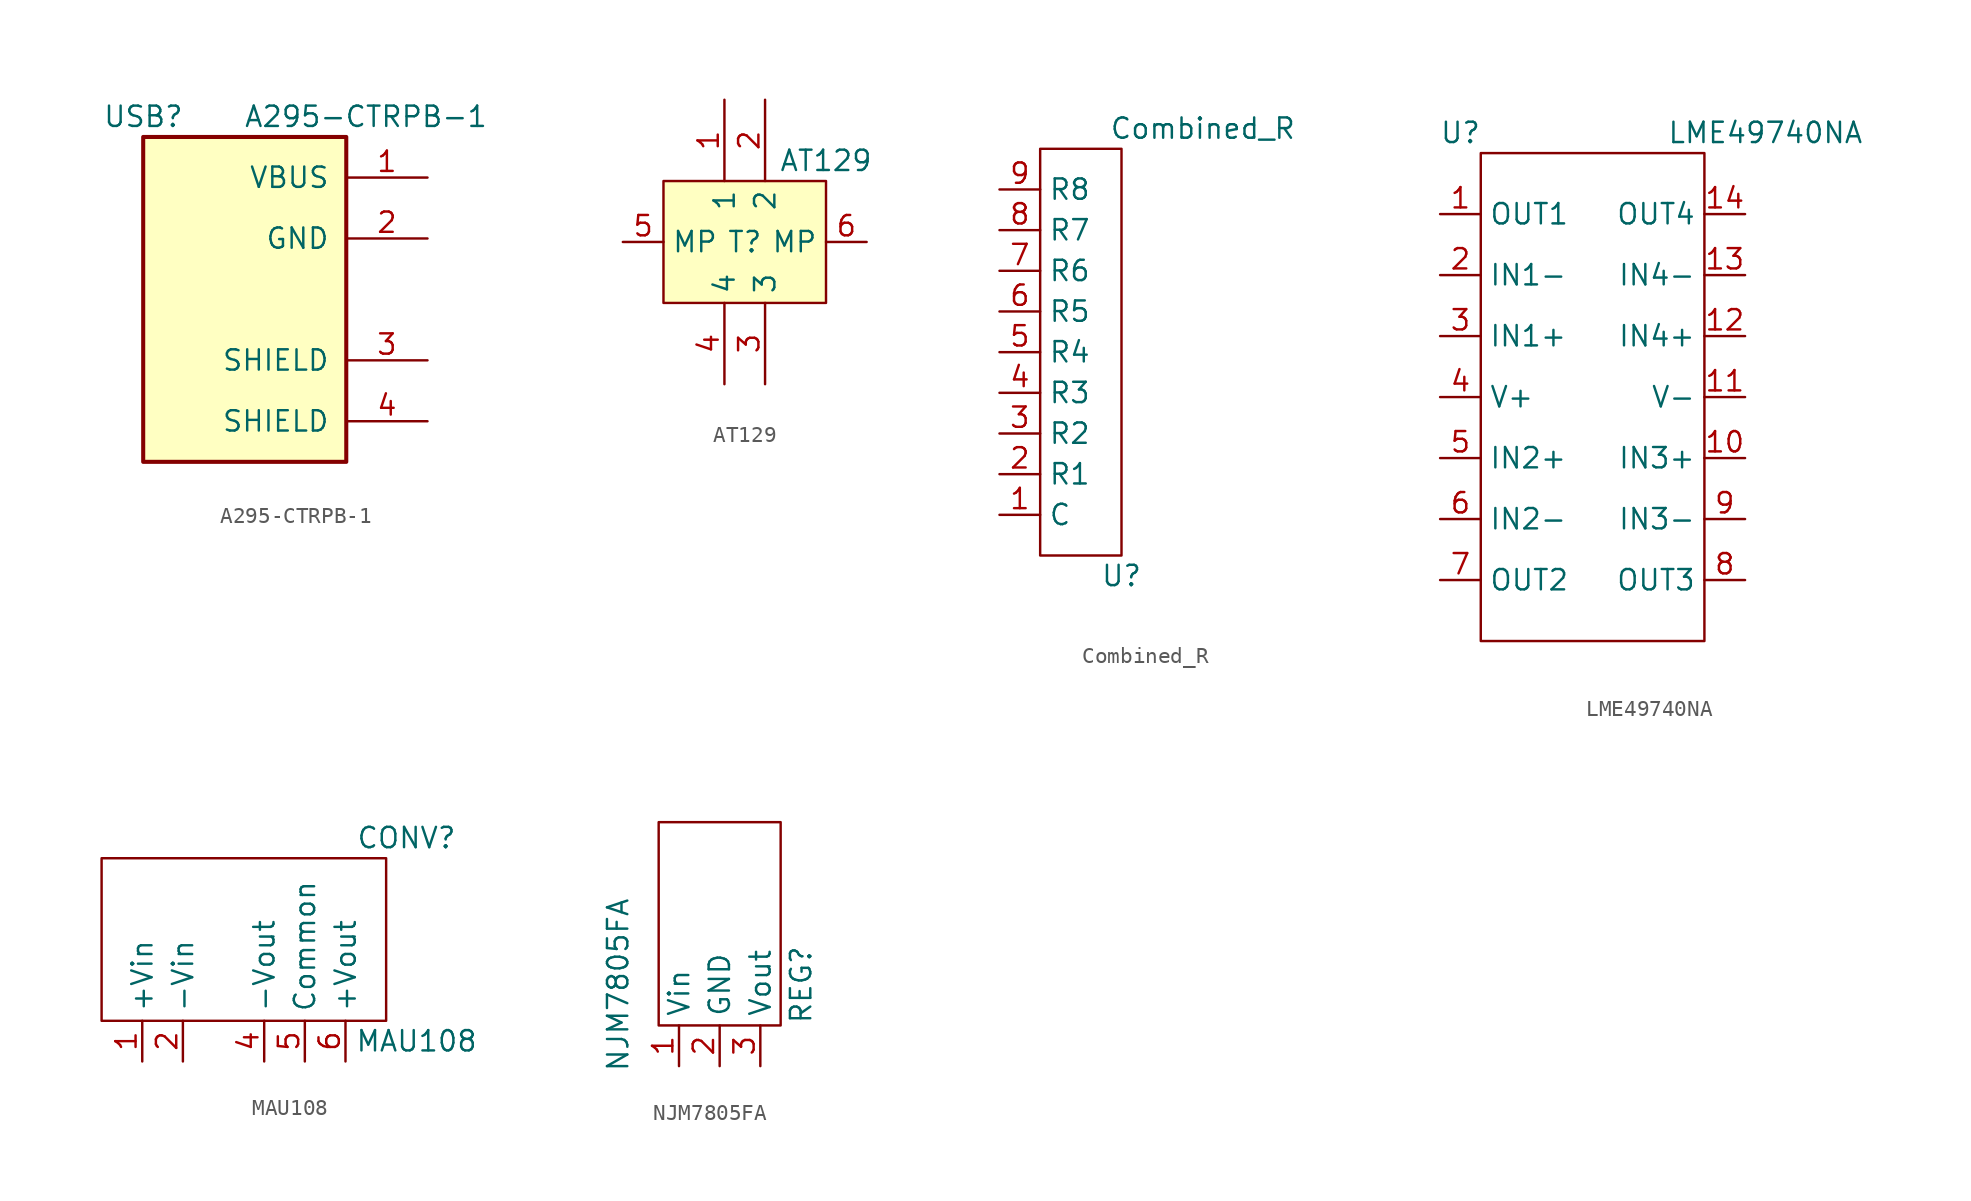
<source format=kicad_sym>
(kicad_symbol_lib
  (version 20211014)
  (generator kicad_symbol_editor)
  (symbol "A295-CTRPB-1"
    (pin_names
      (offset 1.016))
    (property "Reference" "USB"
      (at -8.89 11.43 0)
      (effects (font (size 1.27 1.27)) (justify left)))
    (property "Value" "A295-CTRPB-1"
      (at 15.24 11.43 0)
      (effects (font (size 1.27 1.27)) (justify right)))
    (symbol "A295-CTRPB-1_0_1"
      (rectangle (start -6.35 10.16) (end 6.35 -10.16) (stroke (width 0.254) (type default) (color 0 0 0 0)) (fill (type background))))
    (symbol "A295-CTRPB-1_1_1"
      (pin passive line (at 11.43 7.62 180) (length 5.08) (name "VBUS" (effects (font (size 1.27 1.27)))) (number "1" (effects (font (size 1.27 1.27)))))
      (pin passive line (at 11.43 3.81 180) (length 5.08) (name "GND" (effects (font (size 1.27 1.27)))) (number "2" (effects (font (size 1.27 1.27)))))
      (pin passive line (at 11.43 -3.81 180) (length 5.08) (name "SHIELD" (effects (font (size 1.27 1.27)))) (number "3" (effects (font (size 1.27 1.27)))))
      (pin passive line (at 11.43 -7.62 180) (length 5.08) (name "SHIELD" (effects (font (size 1.27 1.27)))) (number "4" (effects (font (size 1.27 1.27)))))))
  (symbol "AT129"
    (property "Reference" "T"
      (at 0 -1.27 0)
      (effects (font (size 1.27 1.27))))
    (property "Value" "AT129"
      (at 5.08 3.81 0)
      (effects (font (size 1.27 1.27))))
    (symbol "AT129_0_1"
      (rectangle (start -5.08 2.54) (end 5.08 -5.08) (stroke (width 0) (type default) (color 0 0 0 0)) (fill (type background))))
    (symbol "AT129_1_1"
      (pin passive line (at -1.27 7.62 270) (length 5.08) (name "1" (effects (font (size 1.27 1.27)))) (number "1" (effects (font (size 1.27 1.27)))))
      (pin passive line (at 1.27 7.62 270) (length 5.08) (name "2" (effects (font (size 1.27 1.27)))) (number "2" (effects (font (size 1.27 1.27)))))
      (pin passive line (at 1.27 -10.16 90) (length 5.08) (name "3" (effects (font (size 1.27 1.27)))) (number "3" (effects (font (size 1.27 1.27)))))
      (pin passive line (at -1.27 -10.16 90) (length 5.08) (name "4" (effects (font (size 1.27 1.27)))) (number "4" (effects (font (size 1.27 1.27)))))
      (pin passive line (at -7.62 -1.27 0) (length 2.54) (name "MP" (effects (font (size 1.27 1.27)))) (number "5" (effects (font (size 1.27 1.27)))))
      (pin passive line (at 7.62 -1.27 180) (length 2.54) (name "MP" (effects (font (size 1.27 1.27)))) (number "6" (effects (font (size 1.27 1.27)))))))
  (symbol "Combined_R"
    (property "Reference" "U"
      (at 6.35 -19.05 0)
      (effects (font (size 1.27 1.27))))
    (property "Value" "Combined_R"
      (at 11.43 8.89 0)
      (effects (font (size 1.27 1.27))))
    (symbol "Combined_R_0_1"
      (rectangle (start 1.27 7.62) (end 6.35 -17.78) (stroke (width 0) (type default) (color 0 0 0 0)) (fill (type none))))
    (symbol "Combined_R_1_1"
      (pin passive line (at -1.27 -15.24 0) (length 2.54) (name "C" (effects (font (size 1.27 1.27)))) (number "1" (effects (font (size 1.27 1.27)))))
      (pin passive line (at -1.27 -12.7 0) (length 2.54) (name "R1" (effects (font (size 1.27 1.27)))) (number "2" (effects (font (size 1.27 1.27)))))
      (pin passive line (at -1.27 -10.16 0) (length 2.54) (name "R2" (effects (font (size 1.27 1.27)))) (number "3" (effects (font (size 1.27 1.27)))))
      (pin passive line (at -1.27 -7.62 0) (length 2.54) (name "R3" (effects (font (size 1.27 1.27)))) (number "4" (effects (font (size 1.27 1.27)))))
      (pin passive line (at -1.27 -5.08 0) (length 2.54) (name "R4" (effects (font (size 1.27 1.27)))) (number "5" (effects (font (size 1.27 1.27)))))
      (pin passive line (at -1.27 -2.54 0) (length 2.54) (name "R5" (effects (font (size 1.27 1.27)))) (number "6" (effects (font (size 1.27 1.27)))))
      (pin passive line (at -1.27 0 0) (length 2.54) (name "R6" (effects (font (size 1.27 1.27)))) (number "7" (effects (font (size 1.27 1.27)))))
      (pin passive line (at -1.27 2.54 0) (length 2.54) (name "R7" (effects (font (size 1.27 1.27)))) (number "8" (effects (font (size 1.27 1.27)))))
      (pin passive line (at -1.27 5.08 0) (length 2.54) (name "R8" (effects (font (size 1.27 1.27)))) (number "9" (effects (font (size 1.27 1.27)))))))
  (symbol "LME49740NA"
    (property "Reference" "U"
      (at -1.27 1.27 0)
      (effects (font (size 1.27 1.27))))
    (property "Value" "LME49740NA"
      (at 17.78 1.27 0)
      (effects (font (size 1.27 1.27))))
    (symbol "LME49740NA_0_1"
      (rectangle (start 0 0) (end 13.97 -30.48) (stroke (width 0) (type default) (color 0 0 0 0)) (fill (type none))))
    (symbol "LME49740NA_1_1"
      (pin output line (at -2.54 -3.81 0) (length 2.54) (name "OUT1" (effects (font (size 1.27 1.27)))) (number "1" (effects (font (size 1.27 1.27)))))
      (pin input line (at 16.51 -19.05 180) (length 2.54) (name "IN3+" (effects (font (size 1.27 1.27)))) (number "10" (effects (font (size 1.27 1.27)))))
      (pin passive line (at 16.51 -15.24 180) (length 2.54) (name "V-" (effects (font (size 1.27 1.27)))) (number "11" (effects (font (size 1.27 1.27)))))
      (pin input line (at 16.51 -11.43 180) (length 2.54) (name "IN4+" (effects (font (size 1.27 1.27)))) (number "12" (effects (font (size 1.27 1.27)))))
      (pin input line (at 16.51 -7.62 180) (length 2.54) (name "IN4-" (effects (font (size 1.27 1.27)))) (number "13" (effects (font (size 1.27 1.27)))))
      (pin output line (at 16.51 -3.81 180) (length 2.54) (name "OUT4" (effects (font (size 1.27 1.27)))) (number "14" (effects (font (size 1.27 1.27)))))
      (pin input line (at -2.54 -7.62 0) (length 2.54) (name "IN1-" (effects (font (size 1.27 1.27)))) (number "2" (effects (font (size 1.27 1.27)))))
      (pin input line (at -2.54 -11.43 0) (length 2.54) (name "IN1+" (effects (font (size 1.27 1.27)))) (number "3" (effects (font (size 1.27 1.27)))))
      (pin passive line (at -2.54 -15.24 0) (length 2.54) (name "V+" (effects (font (size 1.27 1.27)))) (number "4" (effects (font (size 1.27 1.27)))))
      (pin input line (at -2.54 -19.05 0) (length 2.54) (name "IN2+" (effects (font (size 1.27 1.27)))) (number "5" (effects (font (size 1.27 1.27)))))
      (pin input line (at -2.54 -22.86 0) (length 2.54) (name "IN2-" (effects (font (size 1.27 1.27)))) (number "6" (effects (font (size 1.27 1.27)))))
      (pin output line (at -2.54 -26.67 0) (length 2.54) (name "OUT2" (effects (font (size 1.27 1.27)))) (number "7" (effects (font (size 1.27 1.27)))))
      (pin output line (at 16.51 -26.67 180) (length 2.54) (name "OUT3" (effects (font (size 1.27 1.27)))) (number "8" (effects (font (size 1.27 1.27)))))
      (pin input line (at 16.51 -22.86 180) (length 2.54) (name "IN3-" (effects (font (size 1.27 1.27)))) (number "9" (effects (font (size 1.27 1.27)))))))
  (symbol "MAU108"
    (property "Reference" "CONV"
      (at 10.16 7.62 0)
      (effects (font (size 1.27 1.27))))
    (property "Value" "MAU108"
      (at 10.795 -5.08 0)
      (effects (font (size 1.27 1.27))))
    (symbol "MAU108_0_1"
      (rectangle (start -8.89 6.35) (end 8.89 -3.81) (stroke (width 0) (type default) (color 0 0 0 0)) (fill (type none))))
    (symbol "MAU108_1_1"
      (pin input line (at -6.35 -6.35 90) (length 2.54) (name "+Vin" (effects (font (size 1.27 1.27)))) (number "1" (effects (font (size 1.27 1.27)))))
      (pin input line (at -3.81 -6.35 90) (length 2.54) (name "-Vin" (effects (font (size 1.27 1.27)))) (number "2" (effects (font (size 1.27 1.27)))))
      (pin output line (at 1.27 -6.35 90) (length 2.54) (name "-Vout" (effects (font (size 1.27 1.27)))) (number "4" (effects (font (size 1.27 1.27)))))
      (pin output line (at 3.81 -6.35 90) (length 2.54) (name "Common" (effects (font (size 1.27 1.27)))) (number "5" (effects (font (size 1.27 1.27)))))
      (pin output line (at 6.35 -6.35 90) (length 2.54) (name "+Vout" (effects (font (size 1.27 1.27)))) (number "6" (effects (font (size 1.27 1.27)))))))
  (symbol "NJM7805FA"
    (property "Reference" "REG"
      (at 5.08 2.54 90)
      (effects (font (size 1.27 1.27))))
    (property "Value" "NJM7805FA"
      (at -6.35 2.54 90)
      (effects (font (size 1.27 1.27))))
    (symbol "NJM7805FA_0_1"
      (rectangle (start 3.81 12.7) (end -3.81 0) (stroke (width 0) (type default) (color 0 0 0 0)) (fill (type none))))
    (symbol "NJM7805FA_1_1"
      (pin input line (at -2.54 -2.54 90) (length 2.54) (name "Vin" (effects (font (size 1.27 1.27)))) (number "1" (effects (font (size 1.27 1.27)))))
      (pin passive line (at 0 -2.54 90) (length 2.54) (name "GND" (effects (font (size 1.27 1.27)))) (number "2" (effects (font (size 1.27 1.27)))))
      (pin output line (at 2.54 -2.54 90) (length 2.54) (name "Vout" (effects (font (size 1.27 1.27)))) (number "3" (effects (font (size 1.27 1.27))))))))
</source>
